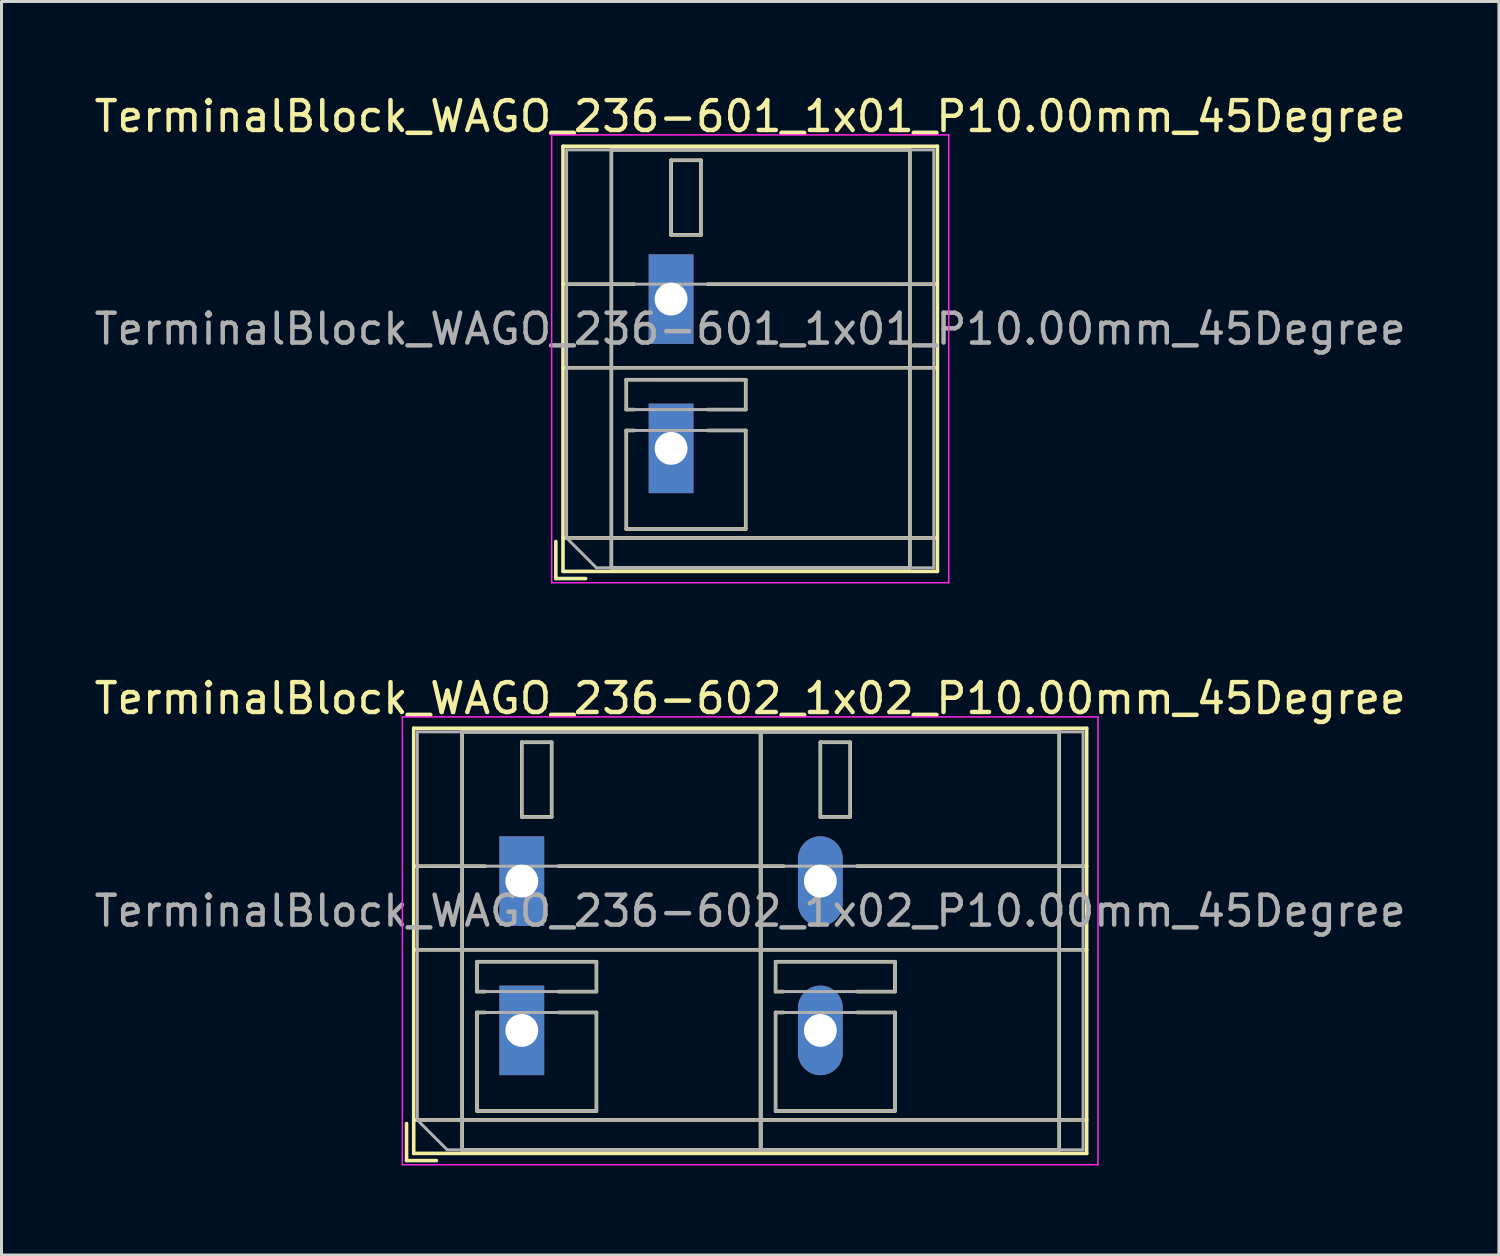
<source format=kicad_pcb>
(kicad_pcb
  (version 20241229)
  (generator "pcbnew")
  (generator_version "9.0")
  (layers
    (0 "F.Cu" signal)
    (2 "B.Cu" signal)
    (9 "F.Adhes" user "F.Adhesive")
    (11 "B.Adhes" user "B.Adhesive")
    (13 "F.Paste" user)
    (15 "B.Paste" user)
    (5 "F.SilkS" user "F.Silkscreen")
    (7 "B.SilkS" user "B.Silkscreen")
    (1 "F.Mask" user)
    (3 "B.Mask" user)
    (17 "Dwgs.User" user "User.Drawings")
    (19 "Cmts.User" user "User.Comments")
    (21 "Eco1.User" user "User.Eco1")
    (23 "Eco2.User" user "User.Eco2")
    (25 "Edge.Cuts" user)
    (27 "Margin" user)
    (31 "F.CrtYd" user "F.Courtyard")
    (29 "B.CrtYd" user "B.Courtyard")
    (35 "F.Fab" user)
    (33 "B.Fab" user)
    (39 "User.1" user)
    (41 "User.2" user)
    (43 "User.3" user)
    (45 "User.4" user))
  (footprint "TerminalBlock_WAGO_236-602_1x02_P10.00mm_45Degree"
    (layer "F.Cu")
    (at 14.427 26.462)
    (property "Reference" "TerminalBlock_WAGO_236-602_1x02_P10.00mm_45Degree" (at 7.65 -6.12 0) (layer "F.SilkS") (effects (font (size 1 1) (thickness 0.15))))
    (attr through_hole)
    (fp_line (start -3.86 8.12) (end -3.86 9.36) (stroke (width 0.12) (type solid)) (layer "F.SilkS"))
    (fp_line (start -3.86 9.36) (end -2.86 9.36) (stroke (width 0.12) (type solid)) (layer "F.SilkS"))
    (fp_line (start -3.62 -5.12) (end -3.62 9.12) (stroke (width 0.12) (type solid)) (layer "F.SilkS"))
    (fp_line (start -3.62 -5.12) (end 18.92 -5.12) (stroke (width 0.12) (type solid)) (layer "F.SilkS"))
    (fp_line (start -3.62 -0.5) (end -1.23 -0.5) (stroke (width 0.12) (type solid)) (layer "F.SilkS"))
    (fp_line (start -3.62 2.3) (end 18.92 2.3) (stroke (width 0.12) (type solid)) (layer "F.SilkS"))
    (fp_line (start -3.62 8) (end 18.92 8) (stroke (width 0.12) (type solid)) (layer "F.SilkS"))
    (fp_line (start -3.62 9.12) (end 18.92 9.12) (stroke (width 0.12) (type solid)) (layer "F.SilkS"))
    (fp_line (start -2 -5) (end -2 9) (stroke (width 0.12) (type solid)) (layer "F.SilkS"))
    (fp_line (start -2 -5) (end 8 -5) (stroke (width 0.12) (type solid)) (layer "F.SilkS"))
    (fp_line (start -2 9) (end 8 9) (stroke (width 0.12) (type solid)) (layer "F.SilkS"))
    (fp_line (start -1.5 2.7) (end -1.5 3.7) (stroke (width 0.12) (type solid)) (layer "F.SilkS"))
    (fp_line (start -1.5 2.7) (end 2.5 2.7) (stroke (width 0.12) (type solid)) (layer "F.SilkS"))
    (fp_line (start -1.5 3.7) (end -1.23 3.7) (stroke (width 0.12) (type solid)) (layer "F.SilkS"))
    (fp_line (start -1.5 4.4) (end -1.5 7.7) (stroke (width 0.12) (type solid)) (layer "F.SilkS"))
    (fp_line (start -1.5 4.4) (end -1.23 4.4) (stroke (width 0.12) (type solid)) (layer "F.SilkS"))
    (fp_line (start -1.5 7.7) (end 2.5 7.7) (stroke (width 0.12) (type solid)) (layer "F.SilkS"))
    (fp_line (start 0 -4.65) (end 0 -2.151) (stroke (width 0.12) (type solid)) (layer "F.SilkS"))
    (fp_line (start 0 -4.65) (end 1 -4.65) (stroke (width 0.12) (type solid)) (layer "F.SilkS"))
    (fp_line (start 0 -2.151) (end 1 -2.151) (stroke (width 0.12) (type solid)) (layer "F.SilkS"))
    (fp_line (start 1 -4.65) (end 1 -2.151) (stroke (width 0.12) (type solid)) (layer "F.SilkS"))
    (fp_line (start 1.23 -0.5) (end 8.77 -0.5) (stroke (width 0.12) (type solid)) (layer "F.SilkS"))
    (fp_line (start 1.23 3.7) (end 2.5 3.7) (stroke (width 0.12) (type solid)) (layer "F.SilkS"))
    (fp_line (start 1.23 4.4) (end 2.5 4.4) (stroke (width 0.12) (type solid)) (layer "F.SilkS"))
    (fp_line (start 2.5 2.7) (end 2.5 3.7) (stroke (width 0.12) (type solid)) (layer "F.SilkS"))
    (fp_line (start 2.5 4.4) (end 2.5 7.7) (stroke (width 0.12) (type solid)) (layer "F.SilkS"))
    (fp_line (start 8 -5) (end 8 9) (stroke (width 0.12) (type solid)) (layer "F.SilkS"))
    (fp_line (start 8 -5) (end 8 9) (stroke (width 0.12) (type solid)) (layer "F.SilkS"))
    (fp_line (start 8 -5) (end 18 -5) (stroke (width 0.12) (type solid)) (layer "F.SilkS"))
    (fp_line (start 8 9) (end 18 9) (stroke (width 0.12) (type solid)) (layer "F.SilkS"))
    (fp_line (start 8.5 2.7) (end 8.5 3.7) (stroke (width 0.12) (type solid)) (layer "F.SilkS"))
    (fp_line (start 8.5 2.7) (end 12.5 2.7) (stroke (width 0.12) (type solid)) (layer "F.SilkS"))
    (fp_line (start 8.5 3.7) (end 8.77 3.7) (stroke (width 0.12) (type solid)) (layer "F.SilkS"))
    (fp_line (start 8.5 4.4) (end 8.5 7.7) (stroke (width 0.12) (type solid)) (layer "F.SilkS"))
    (fp_line (start 8.5 4.4) (end 8.77 4.4) (stroke (width 0.12) (type solid)) (layer "F.SilkS"))
    (fp_line (start 8.5 7.7) (end 12.5 7.7) (stroke (width 0.12) (type solid)) (layer "F.SilkS"))
    (fp_line (start 10 -4.65) (end 10 -2.151) (stroke (width 0.12) (type solid)) (layer "F.SilkS"))
    (fp_line (start 10 -4.65) (end 11 -4.65) (stroke (width 0.12) (type solid)) (layer "F.SilkS"))
    (fp_line (start 10 -2.151) (end 11 -2.151) (stroke (width 0.12) (type solid)) (layer "F.SilkS"))
    (fp_line (start 11 -4.65) (end 11 -2.151) (stroke (width 0.12) (type solid)) (layer "F.SilkS"))
    (fp_line (start 11.23 -0.5) (end 18.92 -0.5) (stroke (width 0.12) (type solid)) (layer "F.SilkS"))
    (fp_line (start 11.23 3.7) (end 12.5 3.7) (stroke (width 0.12) (type solid)) (layer "F.SilkS"))
    (fp_line (start 11.23 4.4) (end 12.5 4.4) (stroke (width 0.12) (type solid)) (layer "F.SilkS"))
    (fp_line (start 12.5 2.7) (end 12.5 3.7) (stroke (width 0.12) (type solid)) (layer "F.SilkS"))
    (fp_line (start 12.5 4.4) (end 12.5 7.7) (stroke (width 0.12) (type solid)) (layer "F.SilkS"))
    (fp_line (start 18 -5) (end 18 9) (stroke (width 0.12) (type solid)) (layer "F.SilkS"))
    (fp_line (start 18.92 -5.12) (end 18.92 9.12) (stroke (width 0.12) (type solid)) (layer "F.SilkS"))
    (fp_line (start -4 -5.5) (end -4 9.5) (stroke (width 0.05) (type solid)) (layer "F.CrtYd"))
    (fp_line (start -4 9.5) (end 19.3 9.5) (stroke (width 0.05) (type solid)) (layer "F.CrtYd"))
    (fp_line (start 19.3 -5.5) (end -4 -5.5) (stroke (width 0.05) (type solid)) (layer "F.CrtYd"))
    (fp_line (start 19.3 9.5) (end 19.3 -5.5) (stroke (width 0.05) (type solid)) (layer "F.CrtYd"))
    (fp_line (start -3.5 -5) (end 18.8 -5) (stroke (width 0.1) (type solid)) (layer "F.Fab"))
    (fp_line (start -3.5 -0.5) (end 18.8 -0.5) (stroke (width 0.1) (type solid)) (layer "F.Fab"))
    (fp_line (start -3.5 2.3) (end 18.8 2.3) (stroke (width 0.1) (type solid)) (layer "F.Fab"))
    (fp_line (start -3.5 8) (end -3.5 -5) (stroke (width 0.1) (type solid)) (layer "F.Fab"))
    (fp_line (start -3.5 8) (end 18.8 8) (stroke (width 0.1) (type solid)) (layer "F.Fab"))
    (fp_line (start -2.5 9) (end -3.5 8) (stroke (width 0.1) (type solid)) (layer "F.Fab"))
    (fp_line (start -2 -5) (end -2 9) (stroke (width 0.1) (type solid)) (layer "F.Fab"))
    (fp_line (start -2 9) (end 8 9) (stroke (width 0.1) (type solid)) (layer "F.Fab"))
    (fp_line (start -1.5 2.7) (end -1.5 3.7) (stroke (width 0.1) (type solid)) (layer "F.Fab"))
    (fp_line (start -1.5 3.7) (end 2.5 3.7) (stroke (width 0.1) (type solid)) (layer "F.Fab"))
    (fp_line (start -1.5 4.4) (end -1.5 7.7) (stroke (width 0.1) (type solid)) (layer "F.Fab"))
    (fp_line (start -1.5 7.7) (end 2.5 7.7) (stroke (width 0.1) (type solid)) (layer "F.Fab"))
    (fp_line (start 0 -4.65) (end 0 -2.15) (stroke (width 0.1) (type solid)) (layer "F.Fab"))
    (fp_line (start 0 -2.15) (end 1 -2.15) (stroke (width 0.1) (type solid)) (layer "F.Fab"))
    (fp_line (start 1 -4.65) (end 0 -4.65) (stroke (width 0.1) (type solid)) (layer "F.Fab"))
    (fp_line (start 1 -2.15) (end 1 -4.65) (stroke (width 0.1) (type solid)) (layer "F.Fab"))
    (fp_line (start 2.5 2.7) (end -1.5 2.7) (stroke (width 0.1) (type solid)) (layer "F.Fab"))
    (fp_line (start 2.5 3.7) (end 2.5 2.7) (stroke (width 0.1) (type solid)) (layer "F.Fab"))
    (fp_line (start 2.5 4.4) (end -1.5 4.4) (stroke (width 0.1) (type solid)) (layer "F.Fab"))
    (fp_line (start 2.5 7.7) (end 2.5 4.4) (stroke (width 0.1) (type solid)) (layer "F.Fab"))
    (fp_line (start 8 -5) (end -2 -5) (stroke (width 0.1) (type solid)) (layer "F.Fab"))
    (fp_line (start 8 -5) (end 8 9) (stroke (width 0.1) (type solid)) (layer "F.Fab"))
    (fp_line (start 8 9) (end 8 -5) (stroke (width 0.1) (type solid)) (layer "F.Fab"))
    (fp_line (start 8 9) (end 18 9) (stroke (width 0.1) (type solid)) (layer "F.Fab"))
    (fp_line (start 8.5 2.7) (end 8.5 3.7) (stroke (width 0.1) (type solid)) (layer "F.Fab"))
    (fp_line (start 8.5 3.7) (end 12.5 3.7) (stroke (width 0.1) (type solid)) (layer "F.Fab"))
    (fp_line (start 8.5 4.4) (end 8.5 7.7) (stroke (width 0.1) (type solid)) (layer "F.Fab"))
    (fp_line (start 8.5 7.7) (end 12.5 7.7) (stroke (width 0.1) (type solid)) (layer "F.Fab"))
    (fp_line (start 10 -4.65) (end 10 -2.15) (stroke (width 0.1) (type solid)) (layer "F.Fab"))
    (fp_line (start 10 -2.15) (end 11 -2.15) (stroke (width 0.1) (type solid)) (layer "F.Fab"))
    (fp_line (start 11 -4.65) (end 10 -4.65) (stroke (width 0.1) (type solid)) (layer "F.Fab"))
    (fp_line (start 11 -2.15) (end 11 -4.65) (stroke (width 0.1) (type solid)) (layer "F.Fab"))
    (fp_line (start 12.5 2.7) (end 8.5 2.7) (stroke (width 0.1) (type solid)) (layer "F.Fab"))
    (fp_line (start 12.5 3.7) (end 12.5 2.7) (stroke (width 0.1) (type solid)) (layer "F.Fab"))
    (fp_line (start 12.5 4.4) (end 8.5 4.4) (stroke (width 0.1) (type solid)) (layer "F.Fab"))
    (fp_line (start 12.5 7.7) (end 12.5 4.4) (stroke (width 0.1) (type solid)) (layer "F.Fab"))
    (fp_line (start 18 -5) (end 8 -5) (stroke (width 0.1) (type solid)) (layer "F.Fab"))
    (fp_line (start 18 9) (end 18 -5) (stroke (width 0.1) (type solid)) (layer "F.Fab"))
    (fp_line (start 18.8 -5) (end 18.8 9) (stroke (width 0.1) (type solid)) (layer "F.Fab"))
    (fp_line (start 18.8 9) (end -2.5 9) (stroke (width 0.1) (type solid)) (layer "F.Fab"))
    (fp_text user "${REFERENCE}" (at 7.65 1 0) (layer "F.Fab") (effects (font (size 1 1) (thickness 0.15))))
    (pad "1" thru_hole rect (at 0 0) (size 1.5 3) (drill 1.1) (layers "*.Cu" "*.Mask"))
    (pad "1" thru_hole rect (at 0 5) (size 1.5 3) (drill 1.1) (layers "*.Cu" "*.Mask"))
    (pad "2" thru_hole oval (at 10 0) (size 1.5 3) (drill 1.1) (layers "*.Cu" "*.Mask"))
    (pad "2" thru_hole oval (at 10 5) (size 1.5 3) (drill 1.1) (layers "*.Cu" "*.Mask")))
  (footprint "TerminalBlock_WAGO_236-601_1x01_P10.00mm_45Degree"
    (layer "F.Cu")
    (at 19.427 6.968)
    (property "Reference" "TerminalBlock_WAGO_236-601_1x01_P10.00mm_45Degree" (at 2.65 -6.12 0) (layer "F.SilkS") (effects (font (size 1 1) (thickness 0.15))))
    (attr through_hole)
    (fp_line (start -3.86 8.12) (end -3.86 9.36) (stroke (width 0.12) (type solid)) (layer "F.SilkS"))
    (fp_line (start -3.86 9.36) (end -2.86 9.36) (stroke (width 0.12) (type solid)) (layer "F.SilkS"))
    (fp_line (start -3.62 -5.12) (end -3.62 9.12) (stroke (width 0.12) (type solid)) (layer "F.SilkS"))
    (fp_line (start -3.62 -5.12) (end 8.921 -5.12) (stroke (width 0.12) (type solid)) (layer "F.SilkS"))
    (fp_line (start -3.62 -0.5) (end -1.23 -0.5) (stroke (width 0.12) (type solid)) (layer "F.SilkS"))
    (fp_line (start -3.62 2.3) (end 8.921 2.3) (stroke (width 0.12) (type solid)) (layer "F.SilkS"))
    (fp_line (start -3.62 8) (end 8.921 8) (stroke (width 0.12) (type solid)) (layer "F.SilkS"))
    (fp_line (start -3.62 9.12) (end 8.921 9.12) (stroke (width 0.12) (type solid)) (layer "F.SilkS"))
    (fp_line (start -2 -5) (end -2 9) (stroke (width 0.12) (type solid)) (layer "F.SilkS"))
    (fp_line (start -2 -5) (end 8 -5) (stroke (width 0.12) (type solid)) (layer "F.SilkS"))
    (fp_line (start -2 9) (end 8 9) (stroke (width 0.12) (type solid)) (layer "F.SilkS"))
    (fp_line (start -1.5 2.7) (end -1.5 3.7) (stroke (width 0.12) (type solid)) (layer "F.SilkS"))
    (fp_line (start -1.5 2.7) (end 2.5 2.7) (stroke (width 0.12) (type solid)) (layer "F.SilkS"))
    (fp_line (start -1.5 3.7) (end -1.23 3.7) (stroke (width 0.12) (type solid)) (layer "F.SilkS"))
    (fp_line (start -1.5 4.4) (end -1.5 7.7) (stroke (width 0.12) (type solid)) (layer "F.SilkS"))
    (fp_line (start -1.5 4.4) (end -1.23 4.4) (stroke (width 0.12) (type solid)) (layer "F.SilkS"))
    (fp_line (start -1.5 7.7) (end 2.5 7.7) (stroke (width 0.12) (type solid)) (layer "F.SilkS"))
    (fp_line (start 0 -4.65) (end 0 -2.151) (stroke (width 0.12) (type solid)) (layer "F.SilkS"))
    (fp_line (start 0 -4.65) (end 1 -4.65) (stroke (width 0.12) (type solid)) (layer "F.SilkS"))
    (fp_line (start 0 -2.151) (end 1 -2.151) (stroke (width 0.12) (type solid)) (layer "F.SilkS"))
    (fp_line (start 1 -4.65) (end 1 -2.151) (stroke (width 0.12) (type solid)) (layer "F.SilkS"))
    (fp_line (start 1.23 -0.5) (end 8.921 -0.5) (stroke (width 0.12) (type solid)) (layer "F.SilkS"))
    (fp_line (start 1.23 3.7) (end 2.5 3.7) (stroke (width 0.12) (type solid)) (layer "F.SilkS"))
    (fp_line (start 1.23 4.4) (end 2.5 4.4) (stroke (width 0.12) (type solid)) (layer "F.SilkS"))
    (fp_line (start 2.5 2.7) (end 2.5 3.7) (stroke (width 0.12) (type solid)) (layer "F.SilkS"))
    (fp_line (start 2.5 4.4) (end 2.5 7.7) (stroke (width 0.12) (type solid)) (layer "F.SilkS"))
    (fp_line (start 8 -5) (end 8 9) (stroke (width 0.12) (type solid)) (layer "F.SilkS"))
    (fp_line (start 8.921 -5.12) (end 8.921 9.12) (stroke (width 0.12) (type solid)) (layer "F.SilkS"))
    (fp_line (start -4 -5.5) (end -4 9.5) (stroke (width 0.05) (type solid)) (layer "F.CrtYd"))
    (fp_line (start -4 9.5) (end 9.3 9.5) (stroke (width 0.05) (type solid)) (layer "F.CrtYd"))
    (fp_line (start 9.3 -5.5) (end -4 -5.5) (stroke (width 0.05) (type solid)) (layer "F.CrtYd"))
    (fp_line (start 9.3 9.5) (end 9.3 -5.5) (stroke (width 0.05) (type solid)) (layer "F.CrtYd"))
    (fp_line (start -3.5 -5) (end 8.8 -5) (stroke (width 0.1) (type solid)) (layer "F.Fab"))
    (fp_line (start -3.5 -0.5) (end 8.8 -0.5) (stroke (width 0.1) (type solid)) (layer "F.Fab"))
    (fp_line (start -3.5 2.3) (end 8.8 2.3) (stroke (width 0.1) (type solid)) (layer "F.Fab"))
    (fp_line (start -3.5 8) (end -3.5 -5) (stroke (width 0.1) (type solid)) (layer "F.Fab"))
    (fp_line (start -3.5 8) (end 8.8 8) (stroke (width 0.1) (type solid)) (layer "F.Fab"))
    (fp_line (start -2.5 9) (end -3.5 8) (stroke (width 0.1) (type solid)) (layer "F.Fab"))
    (fp_line (start -2 -5) (end -2 9) (stroke (width 0.1) (type solid)) (layer "F.Fab"))
    (fp_line (start -2 9) (end 8 9) (stroke (width 0.1) (type solid)) (layer "F.Fab"))
    (fp_line (start -1.5 2.7) (end -1.5 3.7) (stroke (width 0.1) (type solid)) (layer "F.Fab"))
    (fp_line (start -1.5 3.7) (end 2.5 3.7) (stroke (width 0.1) (type solid)) (layer "F.Fab"))
    (fp_line (start -1.5 4.4) (end -1.5 7.7) (stroke (width 0.1) (type solid)) (layer "F.Fab"))
    (fp_line (start -1.5 7.7) (end 2.5 7.7) (stroke (width 0.1) (type solid)) (layer "F.Fab"))
    (fp_line (start 0 -4.65) (end 0 -2.15) (stroke (width 0.1) (type solid)) (layer "F.Fab"))
    (fp_line (start 0 -2.15) (end 1 -2.15) (stroke (width 0.1) (type solid)) (layer "F.Fab"))
    (fp_line (start 1 -4.65) (end 0 -4.65) (stroke (width 0.1) (type solid)) (layer "F.Fab"))
    (fp_line (start 1 -2.15) (end 1 -4.65) (stroke (width 0.1) (type solid)) (layer "F.Fab"))
    (fp_line (start 2.5 2.7) (end -1.5 2.7) (stroke (width 0.1) (type solid)) (layer "F.Fab"))
    (fp_line (start 2.5 3.7) (end 2.5 2.7) (stroke (width 0.1) (type solid)) (layer "F.Fab"))
    (fp_line (start 2.5 4.4) (end -1.5 4.4) (stroke (width 0.1) (type solid)) (layer "F.Fab"))
    (fp_line (start 2.5 7.7) (end 2.5 4.4) (stroke (width 0.1) (type solid)) (layer "F.Fab"))
    (fp_line (start 8 -5) (end -2 -5) (stroke (width 0.1) (type solid)) (layer "F.Fab"))
    (fp_line (start 8 9) (end 8 -5) (stroke (width 0.1) (type solid)) (layer "F.Fab"))
    (fp_line (start 8.8 -5) (end 8.8 9) (stroke (width 0.1) (type solid)) (layer "F.Fab"))
    (fp_line (start 8.8 9) (end -2.5 9) (stroke (width 0.1) (type solid)) (layer "F.Fab"))
    (fp_text user "${REFERENCE}" (at 2.65 1 0) (layer "F.Fab") (effects (font (size 1 1) (thickness 0.15))))
    (pad "1" thru_hole rect (at 0 0) (size 1.5 3) (drill 1.1) (layers "*.Cu" "*.Mask"))
    (pad "1" thru_hole rect (at 0 5) (size 1.5 3) (drill 1.1) (layers "*.Cu" "*.Mask")))
  (gr_rect
    (start -3 -3)
    (end 47.155 38.986)
    (stroke (width 0.1) (type default))
    (fill no)
    (layer "Edge.Cuts")))
</source>
